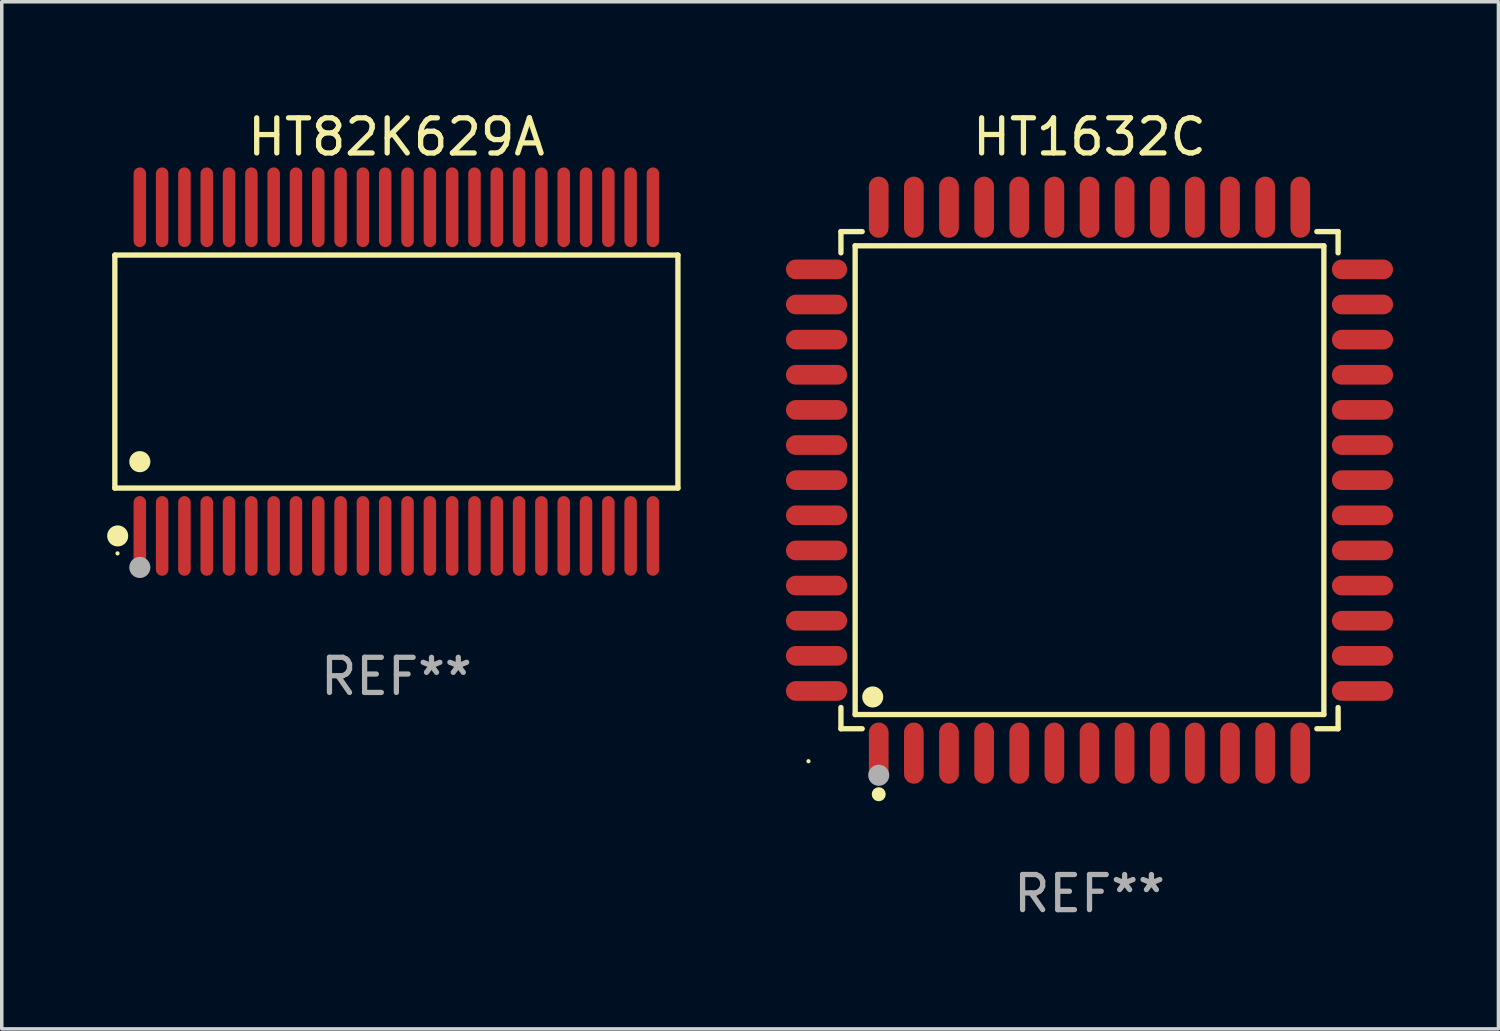
<source format=kicad_pcb>
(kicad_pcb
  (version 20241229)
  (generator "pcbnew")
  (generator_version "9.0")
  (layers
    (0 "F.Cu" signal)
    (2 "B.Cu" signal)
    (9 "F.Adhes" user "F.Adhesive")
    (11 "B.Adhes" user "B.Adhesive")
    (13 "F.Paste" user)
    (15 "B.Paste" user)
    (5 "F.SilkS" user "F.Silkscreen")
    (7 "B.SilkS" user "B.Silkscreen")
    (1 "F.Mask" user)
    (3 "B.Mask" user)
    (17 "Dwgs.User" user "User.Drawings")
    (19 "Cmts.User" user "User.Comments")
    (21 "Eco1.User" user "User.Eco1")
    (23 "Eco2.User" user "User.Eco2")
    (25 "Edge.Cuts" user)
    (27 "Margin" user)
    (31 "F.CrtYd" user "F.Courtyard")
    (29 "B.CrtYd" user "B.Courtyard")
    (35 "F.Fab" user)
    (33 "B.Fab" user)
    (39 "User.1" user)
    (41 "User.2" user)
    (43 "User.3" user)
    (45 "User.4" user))
  (footprint "HT1632C"
    (layer "F.Cu")
    (at 27.963 10.618)
    (property "Reference" "HT1632C" (at 0 -9.77 0) (layer "F.SilkS") (effects (font (size 1 1) (thickness 0.15))))
    (attr through_hole)
    (fp_line (start -7.076 -7.076) (end -6.471 -7.076) (stroke (width 0.152) (type solid)) (layer "F.SilkS"))
    (fp_line (start -7.076 -6.471) (end -7.076 -7.076) (stroke (width 0.152) (type solid)) (layer "F.SilkS"))
    (fp_line (start -7.076 6.471) (end -7.076 7.076) (stroke (width 0.152) (type solid)) (layer "F.SilkS"))
    (fp_line (start -7.076 7.076) (end -6.471 7.076) (stroke (width 0.152) (type solid)) (layer "F.SilkS"))
    (fp_line (start -6.671 -6.671) (end 6.671 -6.671) (stroke (width 0.152) (type solid)) (layer "F.SilkS"))
    (fp_line (start -6.671 6.671) (end -6.671 -6.671) (stroke (width 0.152) (type solid)) (layer "F.SilkS"))
    (fp_line (start 6.671 -6.671) (end 6.671 6.671) (stroke (width 0.152) (type solid)) (layer "F.SilkS"))
    (fp_line (start 6.671 6.671) (end -6.671 6.671) (stroke (width 0.152) (type solid)) (layer "F.SilkS"))
    (fp_line (start 7.076 -7.076) (end 6.471 -7.076) (stroke (width 0.152) (type solid)) (layer "F.SilkS"))
    (fp_line (start 7.076 -6.471) (end 7.076 -7.076) (stroke (width 0.152) (type solid)) (layer "F.SilkS"))
    (fp_line (start 7.076 6.471) (end 7.076 7.076) (stroke (width 0.152) (type solid)) (layer "F.SilkS"))
    (fp_line (start 7.076 7.076) (end 6.471 7.076) (stroke (width 0.152) (type solid)) (layer "F.SilkS"))
    (fp_circle (center -8 8) (end -7.97 8) (stroke (width 0.06) (type solid)) (fill no) (layer "F.SilkS"))
    (fp_circle (center -6.171 6.171) (end -6.021 6.171) (stroke (width 0.3) (type solid)) (fill no) (layer "F.SilkS"))
    (fp_circle (center -6 8.94) (end -5.9 8.94) (stroke (width 0.2) (type solid)) (fill no) (layer "F.SilkS"))
    (fp_circle (center -6 8.4) (end -5.85 8.4) (stroke (width 0.3) (type solid)) (fill no) (layer "F.Fab"))
    (fp_text user "REF**" (at 0 11.77 0) (layer "F.Fab") (effects (font (size 1 1) (thickness 0.15))))
    (pad "1" smd oval (at -6 7.77) (size 0.56 1.74) (layers "F.Cu" "F.Mask" "F.Paste"))
    (pad "2" smd oval (at -5 7.77) (size 0.56 1.74) (layers "F.Cu" "F.Mask" "F.Paste"))
    (pad "3" smd oval (at -4 7.77) (size 0.56 1.74) (layers "F.Cu" "F.Mask" "F.Paste"))
    (pad "4" smd oval (at -3 7.77) (size 0.56 1.74) (layers "F.Cu" "F.Mask" "F.Paste"))
    (pad "5" smd oval (at -2 7.77) (size 0.56 1.74) (layers "F.Cu" "F.Mask" "F.Paste"))
    (pad "6" smd oval (at -1 7.77) (size 0.56 1.74) (layers "F.Cu" "F.Mask" "F.Paste"))
    (pad "7" smd oval (at 0 7.77) (size 0.56 1.74) (layers "F.Cu" "F.Mask" "F.Paste"))
    (pad "8" smd oval (at 1 7.77) (size 0.56 1.74) (layers "F.Cu" "F.Mask" "F.Paste"))
    (pad "9" smd oval (at 2 7.77) (size 0.56 1.74) (layers "F.Cu" "F.Mask" "F.Paste"))
    (pad "10" smd oval (at 3 7.77) (size 0.56 1.74) (layers "F.Cu" "F.Mask" "F.Paste"))
    (pad "11" smd oval (at 4 7.77) (size 0.56 1.74) (layers "F.Cu" "F.Mask" "F.Paste"))
    (pad "12" smd oval (at 5 7.77) (size 0.56 1.74) (layers "F.Cu" "F.Mask" "F.Paste"))
    (pad "13" smd oval (at 6 7.77) (size 0.56 1.74) (layers "F.Cu" "F.Mask" "F.Paste"))
    (pad "14" smd oval (at 7.77 6) (size 1.74 0.56) (layers "F.Cu" "F.Mask" "F.Paste"))
    (pad "15" smd oval (at 7.77 5) (size 1.74 0.56) (layers "F.Cu" "F.Mask" "F.Paste"))
    (pad "16" smd oval (at 7.77 4) (size 1.74 0.56) (layers "F.Cu" "F.Mask" "F.Paste"))
    (pad "17" smd oval (at 7.77 3) (size 1.74 0.56) (layers "F.Cu" "F.Mask" "F.Paste"))
    (pad "18" smd oval (at 7.77 2) (size 1.74 0.56) (layers "F.Cu" "F.Mask" "F.Paste"))
    (pad "19" smd oval (at 7.77 1) (size 1.74 0.56) (layers "F.Cu" "F.Mask" "F.Paste"))
    (pad "20" smd oval (at 7.77 0) (size 1.74 0.56) (layers "F.Cu" "F.Mask" "F.Paste"))
    (pad "21" smd oval (at 7.77 -1) (size 1.74 0.56) (layers "F.Cu" "F.Mask" "F.Paste"))
    (pad "22" smd oval (at 7.77 -2) (size 1.74 0.56) (layers "F.Cu" "F.Mask" "F.Paste"))
    (pad "23" smd oval (at 7.77 -3) (size 1.74 0.56) (layers "F.Cu" "F.Mask" "F.Paste"))
    (pad "24" smd oval (at 7.77 -4) (size 1.74 0.56) (layers "F.Cu" "F.Mask" "F.Paste"))
    (pad "25" smd oval (at 7.77 -5) (size 1.74 0.56) (layers "F.Cu" "F.Mask" "F.Paste"))
    (pad "26" smd oval (at 7.77 -6) (size 1.74 0.56) (layers "F.Cu" "F.Mask" "F.Paste"))
    (pad "27" smd oval (at 6 -7.77) (size 0.56 1.74) (layers "F.Cu" "F.Mask" "F.Paste"))
    (pad "28" smd oval (at 5 -7.77) (size 0.56 1.74) (layers "F.Cu" "F.Mask" "F.Paste"))
    (pad "29" smd oval (at 4 -7.77) (size 0.56 1.74) (layers "F.Cu" "F.Mask" "F.Paste"))
    (pad "30" smd oval (at 3 -7.77) (size 0.56 1.74) (layers "F.Cu" "F.Mask" "F.Paste"))
    (pad "31" smd oval (at 2 -7.77) (size 0.56 1.74) (layers "F.Cu" "F.Mask" "F.Paste"))
    (pad "32" smd oval (at 1 -7.77) (size 0.56 1.74) (layers "F.Cu" "F.Mask" "F.Paste"))
    (pad "33" smd oval (at 0 -7.77) (size 0.56 1.74) (layers "F.Cu" "F.Mask" "F.Paste"))
    (pad "34" smd oval (at -1 -7.77) (size 0.56 1.74) (layers "F.Cu" "F.Mask" "F.Paste"))
    (pad "35" smd oval (at -2 -7.77) (size 0.56 1.74) (layers "F.Cu" "F.Mask" "F.Paste"))
    (pad "36" smd oval (at -3 -7.77) (size 0.56 1.74) (layers "F.Cu" "F.Mask" "F.Paste"))
    (pad "37" smd oval (at -4 -7.77) (size 0.56 1.74) (layers "F.Cu" "F.Mask" "F.Paste"))
    (pad "38" smd oval (at -5 -7.77) (size 0.56 1.74) (layers "F.Cu" "F.Mask" "F.Paste"))
    (pad "39" smd oval (at -6 -7.77) (size 0.56 1.74) (layers "F.Cu" "F.Mask" "F.Paste"))
    (pad "40" smd oval (at -7.77 -6) (size 1.74 0.56) (layers "F.Cu" "F.Mask" "F.Paste"))
    (pad "41" smd oval (at -7.77 -5) (size 1.74 0.56) (layers "F.Cu" "F.Mask" "F.Paste"))
    (pad "42" smd oval (at -7.77 -4) (size 1.74 0.56) (layers "F.Cu" "F.Mask" "F.Paste"))
    (pad "43" smd oval (at -7.77 -3) (size 1.74 0.56) (layers "F.Cu" "F.Mask" "F.Paste"))
    (pad "44" smd oval (at -7.77 -2) (size 1.74 0.56) (layers "F.Cu" "F.Mask" "F.Paste"))
    (pad "45" smd oval (at -7.77 -1) (size 1.74 0.56) (layers "F.Cu" "F.Mask" "F.Paste"))
    (pad "46" smd oval (at -7.77 0) (size 1.74 0.56) (layers "F.Cu" "F.Mask" "F.Paste"))
    (pad "47" smd oval (at -7.77 1) (size 1.74 0.56) (layers "F.Cu" "F.Mask" "F.Paste"))
    (pad "48" smd oval (at -7.77 2) (size 1.74 0.56) (layers "F.Cu" "F.Mask" "F.Paste"))
    (pad "49" smd oval (at -7.77 3) (size 1.74 0.56) (layers "F.Cu" "F.Mask" "F.Paste"))
    (pad "50" smd oval (at -7.77 4) (size 1.74 0.56) (layers "F.Cu" "F.Mask" "F.Paste"))
    (pad "51" smd oval (at -7.77 5) (size 1.74 0.56) (layers "F.Cu" "F.Mask" "F.Paste"))
    (pad "52" smd oval (at -7.77 6) (size 1.74 0.56) (layers "F.Cu" "F.Mask" "F.Paste")))
  (footprint "HT82K629A"
    (layer "F.Cu")
    (at 8.233 7.527)
    (property "Reference" "HT82K629A" (at 0 -6.678 0) (layer "F.SilkS") (effects (font (size 1 1) (thickness 0.15))))
    (attr through_hole)
    (fp_line (start -8.014 -3.316) (end 8.014 -3.316) (stroke (width 0.152) (type solid)) (layer "F.SilkS"))
    (fp_line (start -8.014 3.316) (end -8.014 -3.316) (stroke (width 0.152) (type solid)) (layer "F.SilkS"))
    (fp_line (start 8.014 -3.316) (end 8.014 3.316) (stroke (width 0.152) (type solid)) (layer "F.SilkS"))
    (fp_line (start 8.014 3.316) (end -8.014 3.316) (stroke (width 0.152) (type solid)) (layer "F.SilkS"))
    (fp_circle (center -7.938 5.175) (end -7.908 5.175) (stroke (width 0.06) (type solid)) (fill no) (layer "F.SilkS"))
    (fp_circle (center -7.933 4.678) (end -7.783 4.678) (stroke (width 0.3) (type solid)) (fill no) (layer "F.SilkS"))
    (fp_circle (center -7.303 2.564) (end -7.152 2.564) (stroke (width 0.3) (type solid)) (fill no) (layer "F.SilkS"))
    (fp_circle (center -7.303 5.575) (end -7.152 5.575) (stroke (width 0.3) (type solid)) (fill no) (layer "F.Fab"))
    (fp_text user "REF**" (at 0 8.678 0) (layer "F.Fab") (effects (font (size 1 1) (thickness 0.15))))
    (pad "1" smd oval (at -7.303 4.678) (size 0.356 2.267) (layers "F.Cu" "F.Mask" "F.Paste"))
    (pad "2" smd oval (at -6.668 4.678) (size 0.356 2.267) (layers "F.Cu" "F.Mask" "F.Paste"))
    (pad "3" smd oval (at -6.033 4.678) (size 0.356 2.267) (layers "F.Cu" "F.Mask" "F.Paste"))
    (pad "4" smd oval (at -5.398 4.678) (size 0.356 2.267) (layers "F.Cu" "F.Mask" "F.Paste"))
    (pad "5" smd oval (at -4.763 4.678) (size 0.356 2.267) (layers "F.Cu" "F.Mask" "F.Paste"))
    (pad "6" smd oval (at -4.128 4.678) (size 0.356 2.267) (layers "F.Cu" "F.Mask" "F.Paste"))
    (pad "7" smd oval (at -3.493 4.678) (size 0.356 2.267) (layers "F.Cu" "F.Mask" "F.Paste"))
    (pad "8" smd oval (at -2.858 4.678) (size 0.356 2.267) (layers "F.Cu" "F.Mask" "F.Paste"))
    (pad "9" smd oval (at -2.223 4.678) (size 0.356 2.267) (layers "F.Cu" "F.Mask" "F.Paste"))
    (pad "10" smd oval (at -1.588 4.678) (size 0.356 2.267) (layers "F.Cu" "F.Mask" "F.Paste"))
    (pad "11" smd oval (at -0.953 4.678) (size 0.356 2.267) (layers "F.Cu" "F.Mask" "F.Paste"))
    (pad "12" smd oval (at -0.318 4.678) (size 0.356 2.267) (layers "F.Cu" "F.Mask" "F.Paste"))
    (pad "13" smd oval (at 0.318 4.678) (size 0.356 2.267) (layers "F.Cu" "F.Mask" "F.Paste"))
    (pad "14" smd oval (at 0.953 4.678) (size 0.356 2.267) (layers "F.Cu" "F.Mask" "F.Paste"))
    (pad "15" smd oval (at 1.588 4.678) (size 0.356 2.267) (layers "F.Cu" "F.Mask" "F.Paste"))
    (pad "16" smd oval (at 2.223 4.678) (size 0.356 2.267) (layers "F.Cu" "F.Mask" "F.Paste"))
    (pad "17" smd oval (at 2.858 4.678) (size 0.356 2.267) (layers "F.Cu" "F.Mask" "F.Paste"))
    (pad "18" smd oval (at 3.493 4.678) (size 0.356 2.267) (layers "F.Cu" "F.Mask" "F.Paste"))
    (pad "19" smd oval (at 4.128 4.678) (size 0.356 2.267) (layers "F.Cu" "F.Mask" "F.Paste"))
    (pad "20" smd oval (at 4.763 4.678) (size 0.356 2.267) (layers "F.Cu" "F.Mask" "F.Paste"))
    (pad "21" smd oval (at 5.398 4.678) (size 0.356 2.267) (layers "F.Cu" "F.Mask" "F.Paste"))
    (pad "22" smd oval (at 6.033 4.678) (size 0.356 2.267) (layers "F.Cu" "F.Mask" "F.Paste"))
    (pad "23" smd oval (at 6.668 4.678) (size 0.356 2.267) (layers "F.Cu" "F.Mask" "F.Paste"))
    (pad "24" smd oval (at 7.303 4.678) (size 0.356 2.267) (layers "F.Cu" "F.Mask" "F.Paste"))
    (pad "25" smd oval (at 7.303 -4.678) (size 0.356 2.267) (layers "F.Cu" "F.Mask" "F.Paste"))
    (pad "26" smd oval (at 6.668 -4.678) (size 0.356 2.267) (layers "F.Cu" "F.Mask" "F.Paste"))
    (pad "27" smd oval (at 6.033 -4.678) (size 0.356 2.267) (layers "F.Cu" "F.Mask" "F.Paste"))
    (pad "28" smd oval (at 5.398 -4.678) (size 0.356 2.267) (layers "F.Cu" "F.Mask" "F.Paste"))
    (pad "29" smd oval (at 4.763 -4.678) (size 0.356 2.267) (layers "F.Cu" "F.Mask" "F.Paste"))
    (pad "30" smd oval (at 4.128 -4.678) (size 0.356 2.267) (layers "F.Cu" "F.Mask" "F.Paste"))
    (pad "31" smd oval (at 3.493 -4.678) (size 0.356 2.267) (layers "F.Cu" "F.Mask" "F.Paste"))
    (pad "32" smd oval (at 2.858 -4.678) (size 0.356 2.267) (layers "F.Cu" "F.Mask" "F.Paste"))
    (pad "33" smd oval (at 2.223 -4.678) (size 0.356 2.267) (layers "F.Cu" "F.Mask" "F.Paste"))
    (pad "34" smd oval (at 1.588 -4.678) (size 0.356 2.267) (layers "F.Cu" "F.Mask" "F.Paste"))
    (pad "35" smd oval (at 0.953 -4.678) (size 0.356 2.267) (layers "F.Cu" "F.Mask" "F.Paste"))
    (pad "36" smd oval (at 0.318 -4.678) (size 0.356 2.267) (layers "F.Cu" "F.Mask" "F.Paste"))
    (pad "37" smd oval (at -0.318 -4.678) (size 0.356 2.267) (layers "F.Cu" "F.Mask" "F.Paste"))
    (pad "38" smd oval (at -0.953 -4.678) (size 0.356 2.267) (layers "F.Cu" "F.Mask" "F.Paste"))
    (pad "39" smd oval (at -1.588 -4.678) (size 0.356 2.267) (layers "F.Cu" "F.Mask" "F.Paste"))
    (pad "40" smd oval (at -2.223 -4.678) (size 0.356 2.267) (layers "F.Cu" "F.Mask" "F.Paste"))
    (pad "41" smd oval (at -2.858 -4.678) (size 0.356 2.267) (layers "F.Cu" "F.Mask" "F.Paste"))
    (pad "42" smd oval (at -3.493 -4.678) (size 0.356 2.267) (layers "F.Cu" "F.Mask" "F.Paste"))
    (pad "43" smd oval (at -4.128 -4.678) (size 0.356 2.267) (layers "F.Cu" "F.Mask" "F.Paste"))
    (pad "44" smd oval (at -4.763 -4.678) (size 0.356 2.267) (layers "F.Cu" "F.Mask" "F.Paste"))
    (pad "45" smd oval (at -5.398 -4.678) (size 0.356 2.267) (layers "F.Cu" "F.Mask" "F.Paste"))
    (pad "46" smd oval (at -6.033 -4.678) (size 0.356 2.267) (layers "F.Cu" "F.Mask" "F.Paste"))
    (pad "47" smd oval (at -6.668 -4.678) (size 0.356 2.267) (layers "F.Cu" "F.Mask" "F.Paste"))
    (pad "48" smd oval (at -7.303 -4.678) (size 0.356 2.267) (layers "F.Cu" "F.Mask" "F.Paste")))
  (gr_rect
    (start -3 -3)
    (end 39.603 26.237)
    (stroke (width 0.1) (type default))
    (fill no)
    (layer "Edge.Cuts")))
</source>
